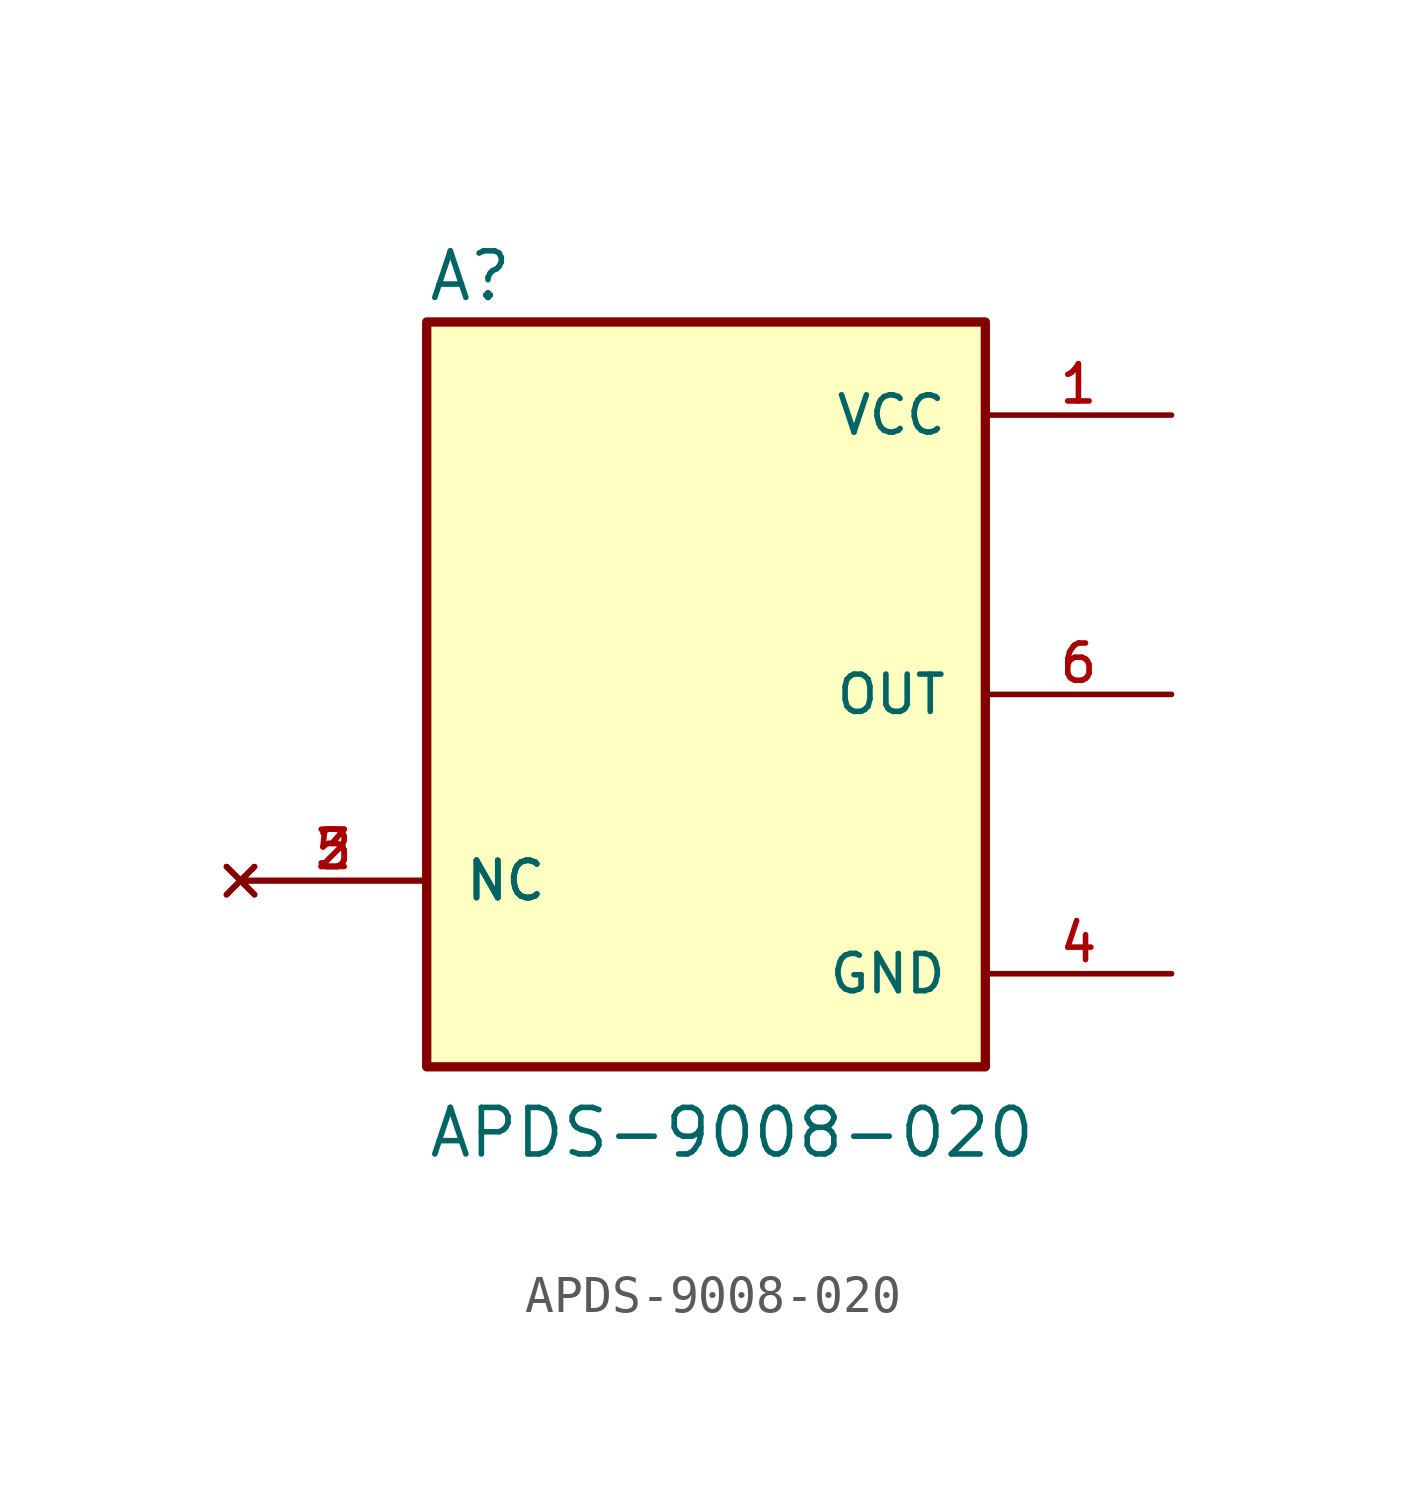
<source format=kicad_sym>
(kicad_symbol_lib
  (version 20211014)
  (generator kicad_symbol_editor)
  (symbol "APDS-9008-020"
    (pin_names
      (offset 1.016))
    (property "Reference" "A"
      (at -7.62 10.668 0)
      (effects (font (size 1.27 1.27)) (justify bottom left)))
    (property "Value" "APDS-9008-020"
      (at -7.62 -12.7 0)
      (effects (font (size 1.27 1.27)) (justify bottom left)))
    (symbol "APDS-9008-020_0_0"
      (rectangle (start -7.62 -10.16) (end 7.62 10.16) (stroke (width 0.254)) (fill (type background)))
      (pin output line (at 12.7 0.0 180.0) (length 5.08) (name "OUT" (effects (font (size 1.016 1.016)))) (number "6" (effects (font (size 1.016 1.016)))))
      (pin power_in line (at 12.7 7.62 180.0) (length 5.08) (name "VCC" (effects (font (size 1.016 1.016)))) (number "1" (effects (font (size 1.016 1.016)))))
      (pin power_in line (at 12.7 -7.62 180.0) (length 5.08) (name "GND" (effects (font (size 1.016 1.016)))) (number "4" (effects (font (size 1.016 1.016)))))
      (pin no_connect line (at -12.7 -5.08 0) (length 5.08) (name "NC" (effects (font (size 1.016 1.016)))) (number "2" (effects (font (size 1.016 1.016)))))
      (pin no_connect line (at -12.7 -5.08 0) (length 5.08) (name "NC" (effects (font (size 1.016 1.016)))) (number "3" (effects (font (size 1.016 1.016)))))
      (pin no_connect line (at -12.7 -5.08 0) (length 5.08) (name "NC" (effects (font (size 1.016 1.016)))) (number "5" (effects (font (size 1.016 1.016))))))))
</source>
